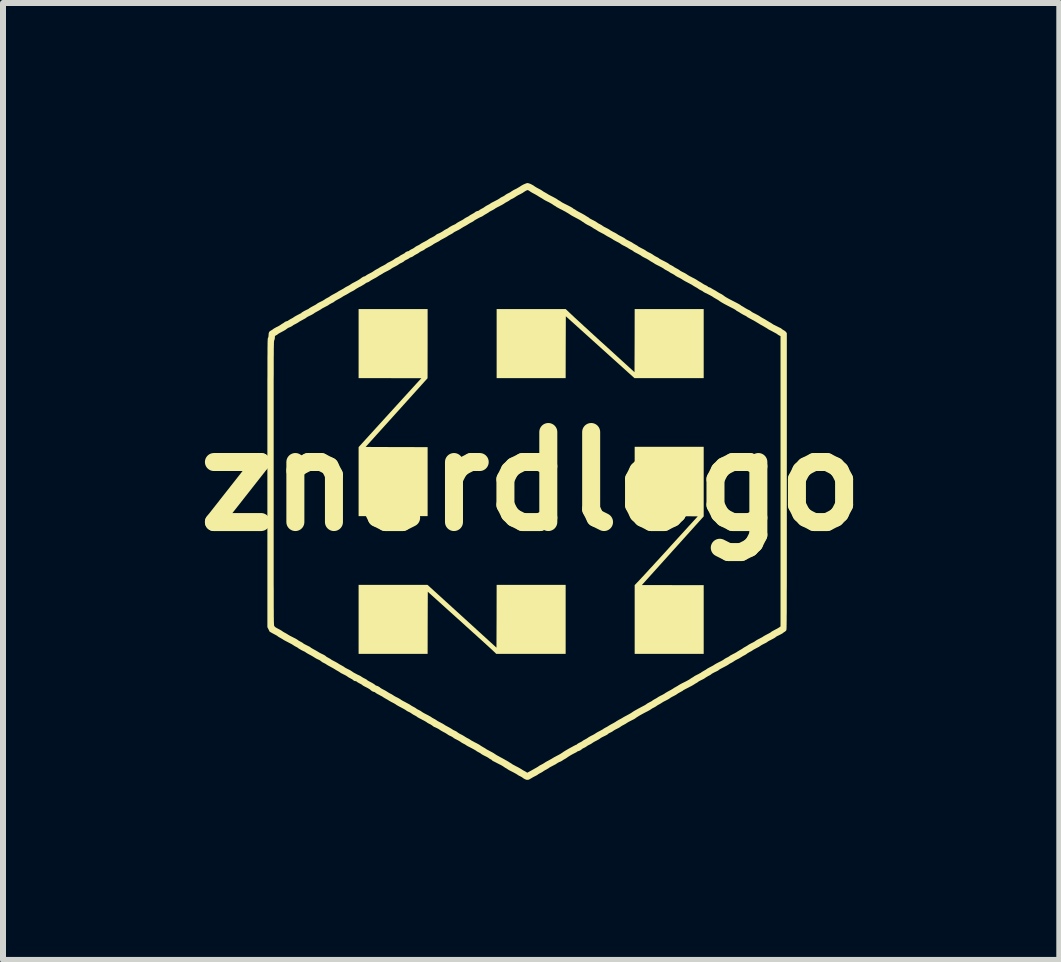
<source format=kicad_pcb>
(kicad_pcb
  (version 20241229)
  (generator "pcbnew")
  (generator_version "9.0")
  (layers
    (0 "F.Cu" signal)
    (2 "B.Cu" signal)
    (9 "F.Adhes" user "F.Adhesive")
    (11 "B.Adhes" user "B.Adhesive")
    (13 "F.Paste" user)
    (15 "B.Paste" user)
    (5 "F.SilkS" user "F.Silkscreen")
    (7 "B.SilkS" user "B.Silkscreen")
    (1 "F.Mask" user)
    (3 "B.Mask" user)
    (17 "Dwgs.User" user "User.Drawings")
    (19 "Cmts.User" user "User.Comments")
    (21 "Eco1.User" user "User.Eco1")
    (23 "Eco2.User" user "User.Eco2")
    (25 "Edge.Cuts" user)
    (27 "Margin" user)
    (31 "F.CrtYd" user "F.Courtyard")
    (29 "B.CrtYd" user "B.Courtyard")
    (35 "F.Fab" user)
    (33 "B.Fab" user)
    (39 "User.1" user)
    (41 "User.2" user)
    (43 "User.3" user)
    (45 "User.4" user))
  (footprint "znerdlogo"
    (layer "F.Cu")
    (at 5.8 4.97)
    (property "Reference" "znerdlogo" (at 0 0 0) (layer "F.SilkS") (effects (font (size 1.5 1.5) (thickness 0.3))))
    (attr board_only exclude_from_pos_files exclude_from_bom)
    (fp_poly (pts (xy -1.725 -2.294) (xy -1.726 -1.718) (xy -2.242 -1.145) (xy -2.758 -0.573) (xy -2.242 -0.571) (xy -1.725 -0.57) (xy -1.725 0.005) (xy -1.725 0.58) (xy -2.3 0.58) (xy -2.875 0.58) (xy -2.875 0.005) (xy -2.875 -0.57) (xy -2.353 -1.144) (xy -1.83 -1.718) (xy -2.353 -1.719) (xy -2.875 -1.72) (xy -2.875 -2.295) (xy -2.875 -2.87) (xy -2.3 -2.87) (xy -1.725 -2.87)) (stroke (width 0) (type solid)) (fill yes) (layer "F.SilkS"))
    (fp_poly (pts (xy -1.152 2.248) (xy -0.578 2.771) (xy -0.576 2.248) (xy -0.575 1.725) (xy 0.000023 1.725) (xy 0.575 1.725) (xy 0.575 2.3) (xy 0.575 2.875) (xy -0.003 2.875) (xy -0.581 2.875) (xy -0.654 2.805) (xy -0.667 2.794) (xy -0.687 2.775) (xy -0.713 2.751) (xy -0.745 2.722) (xy -0.782 2.688) (xy -0.824 2.65) (xy -0.871 2.608) (xy -0.921 2.562) (xy -0.975 2.514) (xy -1.031 2.463) (xy -1.09 2.41) (xy -1.15 2.355) (xy -1.211 2.3) (xy -1.225 2.288) (xy -1.722 1.84) (xy -1.724 2.357) (xy -1.725 2.875) (xy -2.3 2.875) (xy -2.875 2.875) (xy -2.875 2.3) (xy -2.875 1.725) (xy -2.301 1.725) (xy -1.727 1.725)) (stroke (width 0) (type solid)) (fill yes) (layer "F.SilkS"))
    (fp_poly (pts (xy 0.662 -2.788) (xy 0.676 -2.775) (xy 0.698 -2.755) (xy 0.725 -2.729) (xy 0.759 -2.698) (xy 0.797 -2.663) (xy 0.841 -2.623) (xy 0.888 -2.579) (xy 0.939 -2.533) (xy 0.993 -2.483) (xy 1.05 -2.431) (xy 1.109 -2.377) (xy 1.169 -2.322) (xy 1.231 -2.267) (xy 1.235 -2.263) (xy 1.722 -1.819) (xy 1.724 -2.345) (xy 1.725 -2.87) (xy 2.3 -2.87) (xy 2.875 -2.87) (xy 2.875 -2.295) (xy 2.875 -1.72) (xy 2.298 -1.72) (xy 1.721 -1.72) (xy 1.149 -2.235) (xy 0.578 -2.75) (xy 0.576 -2.235) (xy 0.575 -1.72) (xy -0.000024 -1.72) (xy -0.575 -1.72) (xy -0.575 -2.295) (xy -0.575 -2.87) (xy 0.001 -2.87) (xy 0.576 -2.87)) (stroke (width 0) (type solid)) (fill yes) (layer "F.SilkS"))
    (fp_poly (pts (xy 2.875 0.005) (xy 2.875 0.584) (xy 2.36 1.156) (xy 1.845 1.728) (xy 2.36 1.729) (xy 2.875 1.73) (xy 2.875 2.303) (xy 2.875 2.875) (xy 2.3 2.875) (xy 1.725 2.875) (xy 1.725 2.302) (xy 1.725 1.729) (xy 1.807 1.643) (xy 1.82 1.629) (xy 1.84 1.607) (xy 1.866 1.58) (xy 1.897 1.546) (xy 1.932 1.508) (xy 1.972 1.464) (xy 2.016 1.417) (xy 2.062 1.366) (xy 2.112 1.312) (xy 2.164 1.255) (xy 2.218 1.196) (xy 2.273 1.136) (xy 2.328 1.074) (xy 2.332 1.07) (xy 2.776 0.583) (xy 2.25 0.581) (xy 1.725 0.58) (xy 1.725 0.002) (xy 1.725 -0.575) (xy 2.3 -0.575) (xy 2.875 -0.575)) (stroke (width 0) (type solid)) (fill yes) (layer "F.SilkS"))
    (fp_poly (pts (xy -0.045 -4.967) (xy -0.025 -4.961) (xy -0.002 -4.951) (xy 0.021 -4.939) (xy 0.041 -4.928) (xy 0.055 -4.917) (xy 0.064 -4.911) (xy 0.08 -4.901) (xy 0.101 -4.889) (xy 0.122 -4.878) (xy 0.145 -4.866) (xy 0.164 -4.855) (xy 0.179 -4.846) (xy 0.188 -4.84) (xy 0.196 -4.834) (xy 0.211 -4.824) (xy 0.23 -4.814) (xy 0.236 -4.81) (xy 0.254 -4.8) (xy 0.268 -4.792) (xy 0.276 -4.786) (xy 0.277 -4.785) (xy 0.283 -4.782) (xy 0.295 -4.775) (xy 0.312 -4.766) (xy 0.329 -4.757) (xy 0.357 -4.743) (xy 0.383 -4.729) (xy 0.407 -4.716) (xy 0.426 -4.705) (xy 0.439 -4.696) (xy 0.445 -4.691) (xy 0.445 -4.69) (xy 0.449 -4.687) (xy 0.46 -4.682) (xy 0.462 -4.681) (xy 0.477 -4.673) (xy 0.491 -4.664) (xy 0.5 -4.657) (xy 0.516 -4.647) (xy 0.536 -4.636) (xy 0.555 -4.626) (xy 0.596 -4.606) (xy 0.629 -4.589) (xy 0.654 -4.576) (xy 0.673 -4.565) (xy 0.686 -4.558) (xy 0.693 -4.553) (xy 0.697 -4.549) (xy 0.705 -4.542) (xy 0.718 -4.536) (xy 0.719 -4.535) (xy 0.734 -4.527) (xy 0.746 -4.518) (xy 0.755 -4.512) (xy 0.771 -4.503) (xy 0.791 -4.491) (xy 0.815 -4.479) (xy 0.82 -4.476) (xy 0.845 -4.463) (xy 0.868 -4.45) (xy 0.888 -4.439) (xy 0.901 -4.431) (xy 0.902 -4.43) (xy 0.92 -4.418) (xy 0.939 -4.407) (xy 0.946 -4.403) (xy 0.959 -4.395) (xy 0.968 -4.388) (xy 0.97 -4.386) (xy 0.974 -4.382) (xy 0.986 -4.375) (xy 1.003 -4.366) (xy 1.024 -4.355) (xy 1.028 -4.353) (xy 1.05 -4.342) (xy 1.071 -4.331) (xy 1.086 -4.321) (xy 1.095 -4.315) (xy 1.095 -4.315) (xy 1.105 -4.308) (xy 1.12 -4.298) (xy 1.139 -4.288) (xy 1.145 -4.285) (xy 1.163 -4.275) (xy 1.178 -4.266) (xy 1.187 -4.26) (xy 1.189 -4.259) (xy 1.194 -4.254) (xy 1.207 -4.246) (xy 1.225 -4.236) (xy 1.247 -4.225) (xy 1.247 -4.225) (xy 1.269 -4.214) (xy 1.289 -4.203) (xy 1.303 -4.195) (xy 1.311 -4.189) (xy 1.319 -4.183) (xy 1.333 -4.175) (xy 1.353 -4.164) (xy 1.375 -4.152) (xy 1.375 -4.152) (xy 1.398 -4.141) (xy 1.417 -4.13) (xy 1.432 -4.121) (xy 1.439 -4.116) (xy 1.439 -4.116) (xy 1.447 -4.11) (xy 1.461 -4.102) (xy 1.481 -4.091) (xy 1.503 -4.08) (xy 1.507 -4.078) (xy 1.529 -4.066) (xy 1.548 -4.056) (xy 1.562 -4.047) (xy 1.568 -4.042) (xy 1.569 -4.041) (xy 1.574 -4.036) (xy 1.587 -4.029) (xy 1.605 -4.019) (xy 1.624 -4.009) (xy 1.646 -3.998) (xy 1.666 -3.988) (xy 1.68 -3.98) (xy 1.688 -3.975) (xy 1.697 -3.968) (xy 1.712 -3.959) (xy 1.73 -3.949) (xy 1.732 -3.947) (xy 1.751 -3.937) (xy 1.768 -3.927) (xy 1.779 -3.919) (xy 1.78 -3.918) (xy 1.789 -3.911) (xy 1.806 -3.902) (xy 1.826 -3.891) (xy 1.847 -3.88) (xy 1.869 -3.869) (xy 1.889 -3.858) (xy 1.904 -3.849) (xy 1.912 -3.843) (xy 1.92 -3.837) (xy 1.935 -3.828) (xy 1.955 -3.817) (xy 1.972 -3.809) (xy 1.994 -3.798) (xy 2.013 -3.787) (xy 2.028 -3.777) (xy 2.035 -3.772) (xy 2.045 -3.765) (xy 2.061 -3.755) (xy 2.081 -3.744) (xy 2.089 -3.74) (xy 2.107 -3.731) (xy 2.121 -3.723) (xy 2.129 -3.717) (xy 2.13 -3.715) (xy 2.134 -3.712) (xy 2.146 -3.705) (xy 2.164 -3.695) (xy 2.187 -3.683) (xy 2.207 -3.673) (xy 2.233 -3.66) (xy 2.256 -3.648) (xy 2.275 -3.637) (xy 2.287 -3.63) (xy 2.291 -3.626) (xy 2.299 -3.62) (xy 2.312 -3.611) (xy 2.33 -3.602) (xy 2.333 -3.601) (xy 2.351 -3.591) (xy 2.367 -3.582) (xy 2.377 -3.575) (xy 2.377 -3.575) (xy 2.386 -3.568) (xy 2.402 -3.559) (xy 2.42 -3.549) (xy 2.428 -3.545) (xy 2.446 -3.535) (xy 2.462 -3.525) (xy 2.473 -3.518) (xy 2.475 -3.516) (xy 2.482 -3.51) (xy 2.497 -3.502) (xy 2.516 -3.491) (xy 2.537 -3.481) (xy 2.559 -3.47) (xy 2.578 -3.459) (xy 2.593 -3.45) (xy 2.601 -3.444) (xy 2.608 -3.439) (xy 2.623 -3.43) (xy 2.644 -3.418) (xy 2.668 -3.406) (xy 2.68 -3.399) (xy 2.706 -3.386) (xy 2.729 -3.374) (xy 2.748 -3.363) (xy 2.761 -3.355) (xy 2.764 -3.353) (xy 2.775 -3.345) (xy 2.792 -3.335) (xy 2.81 -3.324) (xy 2.812 -3.323) (xy 2.831 -3.313) (xy 2.846 -3.303) (xy 2.857 -3.296) (xy 2.857 -3.295) (xy 2.867 -3.289) (xy 2.882 -3.28) (xy 2.901 -3.27) (xy 2.907 -3.268) (xy 2.925 -3.259) (xy 2.939 -3.25) (xy 2.947 -3.244) (xy 2.948 -3.242) (xy 2.955 -3.236) (xy 2.962 -3.235) (xy 2.972 -3.232) (xy 2.987 -3.226) (xy 2.998 -3.219) (xy 3.016 -3.208) (xy 3.037 -3.196) (xy 3.055 -3.186) (xy 3.074 -3.176) (xy 3.091 -3.165) (xy 3.103 -3.157) (xy 3.116 -3.149) (xy 3.133 -3.139) (xy 3.153 -3.128) (xy 3.154 -3.128) (xy 3.173 -3.118) (xy 3.189 -3.108) (xy 3.2 -3.101) (xy 3.201 -3.1) (xy 3.216 -3.088) (xy 3.235 -3.075) (xy 3.26 -3.06) (xy 3.29 -3.043) (xy 3.328 -3.023) (xy 3.373 -3) (xy 3.375 -2.999) (xy 3.406 -2.983) (xy 3.433 -2.969) (xy 3.457 -2.956) (xy 3.476 -2.945) (xy 3.487 -2.938) (xy 3.491 -2.935) (xy 3.499 -2.927) (xy 3.504 -2.925) (xy 3.51 -2.922) (xy 3.522 -2.915) (xy 3.539 -2.905) (xy 3.548 -2.899) (xy 3.571 -2.885) (xy 3.595 -2.871) (xy 3.616 -2.86) (xy 3.621 -2.858) (xy 3.64 -2.849) (xy 3.656 -2.839) (xy 3.666 -2.831) (xy 3.675 -2.824) (xy 3.691 -2.814) (xy 3.711 -2.803) (xy 3.729 -2.795) (xy 3.753 -2.782) (xy 3.778 -2.769) (xy 3.799 -2.757) (xy 3.809 -2.75) (xy 3.829 -2.737) (xy 3.852 -2.723) (xy 3.867 -2.715) (xy 3.887 -2.704) (xy 3.906 -2.693) (xy 3.917 -2.686) (xy 3.933 -2.676) (xy 3.953 -2.664) (xy 3.973 -2.652) (xy 3.973 -2.652) (xy 3.991 -2.642) (xy 4.007 -2.632) (xy 4.017 -2.625) (xy 4.018 -2.625) (xy 4.027 -2.618) (xy 4.042 -2.609) (xy 4.06 -2.601) (xy 4.079 -2.591) (xy 4.098 -2.582) (xy 4.11 -2.576) (xy 4.126 -2.567) (xy 4.143 -2.56) (xy 4.144 -2.56) (xy 4.159 -2.552) (xy 4.174 -2.541) (xy 4.175 -2.541) (xy 4.188 -2.53) (xy 4.205 -2.519) (xy 4.213 -2.515) (xy 4.23 -2.504) (xy 4.244 -2.491) (xy 4.249 -2.485) (xy 4.26 -2.469) (xy 4.26 -0.001) (xy 4.26 0.187) (xy 4.26 0.365) (xy 4.26 0.533) (xy 4.26 0.692) (xy 4.26 0.842) (xy 4.26 0.983) (xy 4.26 1.116) (xy 4.26 1.241) (xy 4.26 1.358) (xy 4.26 1.467) (xy 4.26 1.569) (xy 4.26 1.664) (xy 4.26 1.752) (xy 4.259 1.833) (xy 4.259 1.908) (xy 4.259 1.977) (xy 4.259 2.04) (xy 4.259 2.097) (xy 4.259 2.15) (xy 4.259 2.197) (xy 4.258 2.239) (xy 4.258 2.277) (xy 4.258 2.311) (xy 4.257 2.34) (xy 4.257 2.366) (xy 4.257 2.389) (xy 4.256 2.408) (xy 4.256 2.424) (xy 4.256 2.438) (xy 4.255 2.449) (xy 4.255 2.458) (xy 4.254 2.465) (xy 4.254 2.471) (xy 4.253 2.475) (xy 4.252 2.478) (xy 4.252 2.48) (xy 4.251 2.482) (xy 4.25 2.483) (xy 4.25 2.484) (xy 4.239 2.496) (xy 4.224 2.508) (xy 4.221 2.509) (xy 4.207 2.518) (xy 4.197 2.526) (xy 4.195 2.528) (xy 4.188 2.533) (xy 4.173 2.542) (xy 4.154 2.552) (xy 4.132 2.563) (xy 4.132 2.563) (xy 4.11 2.574) (xy 4.092 2.583) (xy 4.079 2.591) (xy 4.074 2.596) (xy 4.074 2.596) (xy 4.068 2.601) (xy 4.056 2.609) (xy 4.038 2.619) (xy 4.016 2.631) (xy 4.008 2.635) (xy 3.985 2.647) (xy 3.965 2.657) (xy 3.949 2.666) (xy 3.94 2.672) (xy 3.939 2.673) (xy 3.933 2.678) (xy 3.919 2.687) (xy 3.9 2.697) (xy 3.88 2.707) (xy 3.858 2.718) (xy 3.838 2.729) (xy 3.824 2.738) (xy 3.817 2.743) (xy 3.808 2.749) (xy 3.793 2.759) (xy 3.773 2.769) (xy 3.752 2.78) (xy 3.73 2.792) (xy 3.711 2.802) (xy 3.696 2.811) (xy 3.689 2.816) (xy 3.681 2.822) (xy 3.666 2.831) (xy 3.648 2.84) (xy 3.644 2.842) (xy 3.625 2.853) (xy 3.608 2.863) (xy 3.596 2.871) (xy 3.595 2.872) (xy 3.584 2.881) (xy 3.567 2.891) (xy 3.553 2.899) (xy 3.531 2.91) (xy 3.509 2.924) (xy 3.496 2.932) (xy 3.478 2.943) (xy 3.455 2.956) (xy 3.432 2.967) (xy 3.431 2.968) (xy 3.411 2.978) (xy 3.394 2.988) (xy 3.382 2.996) (xy 3.38 2.997) (xy 3.369 3.005) (xy 3.353 3.015) (xy 3.334 3.025) (xy 3.333 3.026) (xy 3.315 3.035) (xy 3.301 3.043) (xy 3.292 3.05) (xy 3.292 3.05) (xy 3.285 3.055) (xy 3.272 3.063) (xy 3.252 3.074) (xy 3.228 3.087) (xy 3.208 3.097) (xy 3.183 3.11) (xy 3.16 3.122) (xy 3.143 3.132) (xy 3.132 3.139) (xy 3.128 3.142) (xy 3.123 3.147) (xy 3.11 3.155) (xy 3.093 3.164) (xy 3.087 3.167) (xy 3.055 3.182) (xy 3.031 3.195) (xy 3.014 3.204) (xy 3.003 3.212) (xy 3 3.215) (xy 2.991 3.222) (xy 2.976 3.231) (xy 2.958 3.24) (xy 2.954 3.242) (xy 2.935 3.253) (xy 2.918 3.263) (xy 2.906 3.271) (xy 2.905 3.272) (xy 2.895 3.279) (xy 2.879 3.289) (xy 2.859 3.3) (xy 2.84 3.309) (xy 2.818 3.32) (xy 2.799 3.33) (xy 2.785 3.339) (xy 2.778 3.344) (xy 2.767 3.353) (xy 2.753 3.361) (xy 2.74 3.368) (xy 2.724 3.378) (xy 2.717 3.383) (xy 2.705 3.39) (xy 2.687 3.401) (xy 2.663 3.414) (xy 2.636 3.428) (xy 2.613 3.44) (xy 2.587 3.453) (xy 2.564 3.465) (xy 2.546 3.475) (xy 2.534 3.482) (xy 2.53 3.485) (xy 2.526 3.489) (xy 2.515 3.496) (xy 2.498 3.505) (xy 2.489 3.51) (xy 2.469 3.521) (xy 2.451 3.531) (xy 2.438 3.54) (xy 2.435 3.542) (xy 2.425 3.549) (xy 2.409 3.559) (xy 2.389 3.57) (xy 2.372 3.579) (xy 2.35 3.59) (xy 2.331 3.601) (xy 2.317 3.61) (xy 2.31 3.615) (xy 2.302 3.621) (xy 2.287 3.63) (xy 2.267 3.641) (xy 2.244 3.652) (xy 2.244 3.653) (xy 2.221 3.664) (xy 2.201 3.675) (xy 2.186 3.684) (xy 2.178 3.689) (xy 2.178 3.689) (xy 2.168 3.696) (xy 2.153 3.705) (xy 2.135 3.715) (xy 2.135 3.715) (xy 2.117 3.725) (xy 2.1 3.735) (xy 2.09 3.742) (xy 2.079 3.75) (xy 2.063 3.76) (xy 2.044 3.77) (xy 2.043 3.771) (xy 2.024 3.78) (xy 2.008 3.79) (xy 1.998 3.797) (xy 1.997 3.798) (xy 1.989 3.803) (xy 1.973 3.813) (xy 1.953 3.824) (xy 1.929 3.837) (xy 1.914 3.844) (xy 1.878 3.863) (xy 1.843 3.882) (xy 1.811 3.9) (xy 1.783 3.917) (xy 1.761 3.931) (xy 1.746 3.941) (xy 1.743 3.944) (xy 1.734 3.95) (xy 1.719 3.96) (xy 1.699 3.97) (xy 1.687 3.976) (xy 1.654 3.993) (xy 1.625 4.008) (xy 1.603 4.021) (xy 1.588 4.03) (xy 1.585 4.033) (xy 1.577 4.038) (xy 1.563 4.046) (xy 1.545 4.056) (xy 1.538 4.06) (xy 1.518 4.07) (xy 1.502 4.08) (xy 1.49 4.088) (xy 1.488 4.09) (xy 1.478 4.097) (xy 1.463 4.106) (xy 1.448 4.114) (xy 1.418 4.129) (xy 1.397 4.14) (xy 1.382 4.149) (xy 1.371 4.156) (xy 1.364 4.161) (xy 1.364 4.161) (xy 1.355 4.168) (xy 1.34 4.176) (xy 1.321 4.186) (xy 1.318 4.187) (xy 1.301 4.196) (xy 1.287 4.204) (xy 1.279 4.21) (xy 1.279 4.211) (xy 1.273 4.217) (xy 1.26 4.225) (xy 1.243 4.234) (xy 1.237 4.237) (xy 1.206 4.252) (xy 1.183 4.263) (xy 1.166 4.273) (xy 1.153 4.281) (xy 1.145 4.288) (xy 1.135 4.294) (xy 1.119 4.304) (xy 1.099 4.315) (xy 1.082 4.324) (xy 1.06 4.335) (xy 1.041 4.346) (xy 1.027 4.355) (xy 1.02 4.36) (xy 1.01 4.367) (xy 0.994 4.377) (xy 0.976 4.386) (xy 0.957 4.395) (xy 0.941 4.404) (xy 0.93 4.412) (xy 0.919 4.42) (xy 0.903 4.43) (xy 0.884 4.44) (xy 0.882 4.441) (xy 0.865 4.449) (xy 0.852 4.457) (xy 0.844 4.463) (xy 0.844 4.464) (xy 0.835 4.471) (xy 0.822 4.48) (xy 0.806 4.488) (xy 0.792 4.494) (xy 0.786 4.495) (xy 0.775 4.498) (xy 0.77 4.502) (xy 0.763 4.507) (xy 0.75 4.516) (xy 0.731 4.525) (xy 0.718 4.532) (xy 0.687 4.548) (xy 0.654 4.567) (xy 0.623 4.586) (xy 0.597 4.604) (xy 0.59 4.609) (xy 0.576 4.618) (xy 0.562 4.626) (xy 0.55 4.633) (xy 0.533 4.643) (xy 0.52 4.652) (xy 0.504 4.662) (xy 0.489 4.67) (xy 0.48 4.673) (xy 0.464 4.68) (xy 0.443 4.691) (xy 0.421 4.706) (xy 0.417 4.708) (xy 0.407 4.715) (xy 0.389 4.724) (xy 0.369 4.735) (xy 0.355 4.742) (xy 0.334 4.753) (xy 0.316 4.763) (xy 0.302 4.771) (xy 0.297 4.775) (xy 0.289 4.781) (xy 0.273 4.79) (xy 0.255 4.801) (xy 0.247 4.805) (xy 0.228 4.815) (xy 0.212 4.825) (xy 0.2 4.833) (xy 0.198 4.835) (xy 0.188 4.841) (xy 0.173 4.85) (xy 0.155 4.86) (xy 0.155 4.86) (xy 0.137 4.869) (xy 0.122 4.878) (xy 0.113 4.885) (xy 0.113 4.885) (xy 0.103 4.892) (xy 0.088 4.901) (xy 0.072 4.909) (xy 0.037 4.927) (xy 0.005 4.946) (xy -0.023 4.962) (xy -0.025 4.964) (xy -0.048 4.973) (xy -0.072 4.974) (xy -0.1 4.965) (xy -0.11 4.96) (xy -0.126 4.95) (xy -0.14 4.941) (xy -0.147 4.935) (xy -0.157 4.928) (xy -0.173 4.919) (xy -0.188 4.912) (xy -0.205 4.903) (xy -0.221 4.894) (xy -0.23 4.887) (xy -0.239 4.881) (xy -0.255 4.872) (xy -0.276 4.86) (xy -0.3 4.847) (xy -0.314 4.84) (xy -0.339 4.827) (xy -0.361 4.816) (xy -0.379 4.806) (xy -0.391 4.798) (xy -0.394 4.796) (xy -0.405 4.788) (xy -0.419 4.78) (xy -0.434 4.772) (xy -0.448 4.762) (xy -0.458 4.755) (xy -0.474 4.745) (xy -0.494 4.733) (xy -0.514 4.722) (xy -0.537 4.711) (xy -0.558 4.7) (xy -0.575 4.691) (xy -0.585 4.686) (xy -0.6 4.678) (xy -0.619 4.669) (xy -0.627 4.665) (xy -0.641 4.657) (xy -0.652 4.649) (xy -0.655 4.645) (xy -0.663 4.637) (xy -0.672 4.633) (xy -0.684 4.628) (xy -0.698 4.618) (xy -0.701 4.616) (xy -0.713 4.607) (xy -0.73 4.597) (xy -0.752 4.585) (xy -0.767 4.578) (xy -0.789 4.567) (xy -0.809 4.556) (xy -0.824 4.547) (xy -0.83 4.543) (xy -0.841 4.534) (xy -0.857 4.524) (xy -0.875 4.515) (xy -0.893 4.505) (xy -0.91 4.495) (xy -0.92 4.487) (xy -0.929 4.481) (xy -0.945 4.472) (xy -0.966 4.46) (xy -0.99 4.447) (xy -1.004 4.44) (xy -1.029 4.427) (xy -1.051 4.416) (xy -1.069 4.406) (xy -1.081 4.398) (xy -1.084 4.396) (xy -1.093 4.39) (xy -1.108 4.381) (xy -1.125 4.372) (xy -1.128 4.371) (xy -1.146 4.361) (xy -1.163 4.351) (xy -1.174 4.343) (xy -1.175 4.342) (xy -1.185 4.335) (xy -1.201 4.326) (xy -1.221 4.314) (xy -1.239 4.305) (xy -1.261 4.294) (xy -1.281 4.283) (xy -1.295 4.273) (xy -1.302 4.268) (xy -1.313 4.26) (xy -1.329 4.251) (xy -1.347 4.242) (xy -1.366 4.234) (xy -1.383 4.224) (xy -1.394 4.216) (xy -1.404 4.209) (xy -1.42 4.199) (xy -1.44 4.187) (xy -1.457 4.179) (xy -1.479 4.167) (xy -1.498 4.156) (xy -1.513 4.147) (xy -1.52 4.142) (xy -1.533 4.133) (xy -1.553 4.121) (xy -1.577 4.109) (xy -1.603 4.097) (xy -1.613 4.093) (xy -1.63 4.084) (xy -1.645 4.072) (xy -1.647 4.07) (xy -1.66 4.061) (xy -1.678 4.05) (xy -1.696 4.041) (xy -1.714 4.032) (xy -1.73 4.022) (xy -1.74 4.015) (xy -1.74 4.015) (xy -1.748 4.009) (xy -1.764 4) (xy -1.784 3.988) (xy -1.808 3.976) (xy -1.821 3.969) (xy -1.846 3.956) (xy -1.869 3.944) (xy -1.887 3.934) (xy -1.899 3.926) (xy -1.902 3.923) (xy -1.913 3.915) (xy -1.929 3.906) (xy -1.94 3.9) (xy -1.96 3.89) (xy -1.98 3.877) (xy -1.989 3.871) (xy -2.006 3.859) (xy -2.027 3.847) (xy -2.043 3.84) (xy -2.061 3.831) (xy -2.076 3.822) (xy -2.084 3.816) (xy -2.092 3.81) (xy -2.107 3.801) (xy -2.128 3.789) (xy -2.152 3.776) (xy -2.169 3.767) (xy -2.194 3.754) (xy -2.216 3.742) (xy -2.235 3.731) (xy -2.247 3.724) (xy -2.25 3.721) (xy -2.258 3.715) (xy -2.272 3.707) (xy -2.291 3.696) (xy -2.312 3.685) (xy -2.334 3.674) (xy -2.353 3.663) (xy -2.368 3.655) (xy -2.375 3.65) (xy -2.383 3.644) (xy -2.398 3.636) (xy -2.416 3.626) (xy -2.42 3.623) (xy -2.439 3.613) (xy -2.455 3.603) (xy -2.466 3.596) (xy -2.467 3.595) (xy -2.476 3.589) (xy -2.491 3.58) (xy -2.511 3.57) (xy -2.533 3.558) (xy -2.534 3.557) (xy -2.556 3.546) (xy -2.575 3.535) (xy -2.589 3.526) (xy -2.596 3.52) (xy -2.597 3.519) (xy -2.606 3.512) (xy -2.614 3.51) (xy -2.63 3.506) (xy -2.65 3.497) (xy -2.668 3.484) (xy -2.678 3.475) (xy -2.688 3.466) (xy -2.706 3.455) (xy -2.728 3.442) (xy -2.748 3.432) (xy -2.77 3.421) (xy -2.789 3.411) (xy -2.804 3.402) (xy -2.811 3.397) (xy -2.811 3.397) (xy -2.818 3.39) (xy -2.832 3.381) (xy -2.85 3.372) (xy -2.855 3.369) (xy -2.874 3.359) (xy -2.89 3.35) (xy -2.901 3.342) (xy -2.902 3.34) (xy -2.913 3.333) (xy -2.924 3.33) (xy -2.94 3.327) (xy -2.957 3.319) (xy -2.969 3.309) (xy -2.976 3.303) (xy -2.989 3.295) (xy -3.007 3.285) (xy -3.013 3.282) (xy -3.032 3.272) (xy -3.049 3.262) (xy -3.06 3.254) (xy -3.062 3.252) (xy -3.071 3.246) (xy -3.086 3.237) (xy -3.106 3.226) (xy -3.127 3.216) (xy -3.148 3.205) (xy -3.168 3.195) (xy -3.182 3.186) (xy -3.189 3.181) (xy -3.199 3.174) (xy -3.214 3.165) (xy -3.221 3.161) (xy -3.239 3.151) (xy -3.259 3.139) (xy -3.27 3.132) (xy -3.286 3.122) (xy -3.307 3.11) (xy -3.331 3.097) (xy -3.349 3.087) (xy -3.371 3.075) (xy -3.391 3.064) (xy -3.405 3.055) (xy -3.413 3.05) (xy -3.422 3.043) (xy -3.438 3.035) (xy -3.455 3.026) (xy -3.473 3.017) (xy -3.489 3.007) (xy -3.498 2.999) (xy -3.508 2.991) (xy -3.523 2.981) (xy -3.535 2.975) (xy -3.57 2.959) (xy -3.602 2.941) (xy -3.623 2.927) (xy -3.633 2.921) (xy -3.65 2.911) (xy -3.671 2.899) (xy -3.692 2.888) (xy -3.714 2.876) (xy -3.733 2.865) (xy -3.748 2.856) (xy -3.755 2.851) (xy -3.755 2.851) (xy -3.764 2.844) (xy -3.778 2.836) (xy -3.79 2.831) (xy -3.807 2.823) (xy -3.826 2.813) (xy -3.845 2.802) (xy -3.863 2.792) (xy -3.877 2.783) (xy -3.885 2.777) (xy -3.886 2.776) (xy -3.891 2.772) (xy -3.902 2.765) (xy -3.918 2.757) (xy -3.922 2.755) (xy -3.94 2.745) (xy -3.956 2.735) (xy -3.966 2.728) (xy -3.967 2.728) (xy -3.975 2.722) (xy -3.99 2.713) (xy -4.011 2.702) (xy -4.036 2.689) (xy -4.053 2.68) (xy -4.078 2.667) (xy -4.101 2.655) (xy -4.119 2.645) (xy -4.131 2.638) (xy -4.135 2.635) (xy -4.144 2.629) (xy -4.158 2.621) (xy -4.175 2.611) (xy -4.177 2.61) (xy -4.195 2.6) (xy -4.212 2.59) (xy -4.223 2.582) (xy -4.223 2.581) (xy -4.232 2.574) (xy -4.238 2.57) (xy -4.238 2.57) (xy -4.243 2.568) (xy -4.255 2.561) (xy -4.272 2.552) (xy -4.294 2.54) (xy -4.299 2.538) (xy -4.357 2.505) (xy -4.376 2.467) (xy -4.395 2.429) (xy -4.395 0.028) (xy -4.395 -0.156) (xy -4.395 -0.237) (xy -4.29 -0.237) (xy -4.29 -0.058) (xy -4.29 0.03) (xy -4.29 0.213) (xy -4.29 0.387) (xy -4.29 0.551) (xy -4.29 0.706) (xy -4.29 0.852) (xy -4.29 0.989) (xy -4.29 1.118) (xy -4.29 1.239) (xy -4.29 1.351) (xy -4.29 1.457) (xy -4.29 1.555) (xy -4.29 1.646) (xy -4.29 1.73) (xy -4.289 1.807) (xy -4.289 1.879) (xy -4.289 1.944) (xy -4.289 2.004) (xy -4.289 2.058) (xy -4.289 2.107) (xy -4.288 2.151) (xy -4.288 2.191) (xy -4.288 2.226) (xy -4.288 2.257) (xy -4.287 2.284) (xy -4.287 2.308) (xy -4.287 2.328) (xy -4.286 2.345) (xy -4.286 2.36) (xy -4.285 2.372) (xy -4.285 2.381) (xy -4.284 2.389) (xy -4.284 2.395) (xy -4.283 2.4) (xy -4.282 2.403) (xy -4.282 2.406) (xy -4.281 2.408) (xy -4.28 2.409) (xy -4.275 2.417) (xy -4.268 2.425) (xy -4.256 2.434) (xy -4.239 2.444) (xy -4.215 2.457) (xy -4.211 2.459) (xy -4.188 2.471) (xy -4.169 2.482) (xy -4.154 2.491) (xy -4.145 2.497) (xy -4.145 2.498) (xy -4.137 2.504) (xy -4.123 2.512) (xy -4.106 2.522) (xy -4.099 2.525) (xy -4.082 2.535) (xy -4.067 2.543) (xy -4.059 2.549) (xy -4.057 2.55) (xy -4.052 2.554) (xy -4.039 2.561) (xy -4.021 2.572) (xy -3.997 2.584) (xy -3.976 2.595) (xy -3.95 2.608) (xy -3.926 2.62) (xy -3.907 2.631) (xy -3.895 2.639) (xy -3.89 2.642) (xy -3.882 2.649) (xy -3.868 2.657) (xy -3.851 2.667) (xy -3.845 2.67) (xy -3.827 2.68) (xy -3.811 2.689) (xy -3.801 2.696) (xy -3.8 2.698) (xy -3.793 2.703) (xy -3.778 2.712) (xy -3.759 2.722) (xy -3.737 2.733) (xy -3.737 2.733) (xy -3.715 2.744) (xy -3.696 2.753) (xy -3.683 2.761) (xy -3.677 2.766) (xy -3.677 2.766) (xy -3.671 2.771) (xy -3.658 2.779) (xy -3.64 2.79) (xy -3.619 2.801) (xy -3.618 2.802) (xy -3.596 2.814) (xy -3.575 2.826) (xy -3.558 2.836) (xy -3.548 2.842) (xy -3.537 2.849) (xy -3.52 2.859) (xy -3.498 2.87) (xy -3.479 2.879) (xy -3.457 2.89) (xy -3.439 2.9) (xy -3.427 2.908) (xy -3.422 2.913) (xy -3.416 2.918) (xy -3.404 2.927) (xy -3.387 2.936) (xy -3.38 2.94) (xy -3.362 2.95) (xy -3.347 2.958) (xy -3.339 2.963) (xy -3.338 2.965) (xy -3.332 2.969) (xy -3.32 2.977) (xy -3.302 2.986) (xy -3.286 2.995) (xy -3.262 3.007) (xy -3.239 3.02) (xy -3.219 3.032) (xy -3.21 3.038) (xy -3.19 3.05) (xy -3.167 3.063) (xy -3.15 3.072) (xy -3.133 3.082) (xy -3.119 3.09) (xy -3.111 3.097) (xy -3.11 3.097) (xy -3.104 3.102) (xy -3.09 3.11) (xy -3.071 3.12) (xy -3.051 3.13) (xy -3.028 3.141) (xy -3.008 3.152) (xy -2.993 3.162) (xy -2.985 3.167) (xy -2.974 3.175) (xy -2.958 3.186) (xy -2.939 3.196) (xy -2.938 3.197) (xy -2.92 3.206) (xy -2.905 3.214) (xy -2.896 3.219) (xy -2.895 3.219) (xy -2.886 3.224) (xy -2.872 3.23) (xy -2.861 3.235) (xy -2.846 3.243) (xy -2.833 3.25) (xy -2.829 3.254) (xy -2.822 3.259) (xy -2.809 3.267) (xy -2.791 3.277) (xy -2.779 3.283) (xy -2.76 3.293) (xy -2.744 3.302) (xy -2.734 3.309) (xy -2.732 3.312) (xy -2.726 3.317) (xy -2.713 3.325) (xy -2.695 3.335) (xy -2.673 3.346) (xy -2.672 3.346) (xy -2.65 3.359) (xy -2.629 3.371) (xy -2.612 3.382) (xy -2.603 3.39) (xy -2.592 3.399) (xy -2.581 3.405) (xy -2.579 3.405) (xy -2.568 3.407) (xy -2.553 3.414) (xy -2.537 3.422) (xy -2.524 3.43) (xy -2.517 3.437) (xy -2.517 3.437) (xy -2.511 3.442) (xy -2.498 3.45) (xy -2.48 3.461) (xy -2.458 3.472) (xy -2.458 3.472) (xy -2.435 3.484) (xy -2.416 3.495) (xy -2.401 3.504) (xy -2.393 3.51) (xy -2.383 3.516) (xy -2.368 3.525) (xy -2.35 3.535) (xy -2.345 3.538) (xy -2.326 3.547) (xy -2.31 3.557) (xy -2.299 3.564) (xy -2.297 3.565) (xy -2.289 3.571) (xy -2.274 3.58) (xy -2.254 3.591) (xy -2.232 3.602) (xy -2.231 3.602) (xy -2.21 3.613) (xy -2.191 3.624) (xy -2.178 3.632) (xy -2.172 3.637) (xy -2.171 3.637) (xy -2.166 3.641) (xy -2.153 3.649) (xy -2.134 3.66) (xy -2.111 3.672) (xy -2.095 3.68) (xy -2.07 3.694) (xy -2.047 3.706) (xy -2.027 3.717) (xy -2.014 3.725) (xy -2.01 3.728) (xy -1.999 3.736) (xy -1.983 3.745) (xy -1.965 3.755) (xy -1.946 3.765) (xy -1.929 3.775) (xy -1.918 3.783) (xy -1.907 3.791) (xy -1.89 3.801) (xy -1.87 3.811) (xy -1.868 3.812) (xy -1.85 3.821) (xy -1.836 3.829) (xy -1.828 3.835) (xy -1.827 3.836) (xy -1.821 3.841) (xy -1.808 3.849) (xy -1.789 3.86) (xy -1.766 3.873) (xy -1.748 3.882) (xy -1.722 3.895) (xy -1.699 3.908) (xy -1.68 3.918) (xy -1.667 3.926) (xy -1.663 3.929) (xy -1.654 3.936) (xy -1.638 3.945) (xy -1.62 3.955) (xy -1.617 3.957) (xy -1.6 3.966) (xy -1.585 3.975) (xy -1.576 3.981) (xy -1.575 3.982) (xy -1.569 3.987) (xy -1.555 3.995) (xy -1.536 4.006) (xy -1.517 4.015) (xy -1.495 4.027) (xy -1.474 4.038) (xy -1.459 4.047) (xy -1.451 4.052) (xy -1.441 4.059) (xy -1.425 4.069) (xy -1.404 4.08) (xy -1.383 4.092) (xy -1.36 4.104) (xy -1.341 4.115) (xy -1.326 4.124) (xy -1.317 4.13) (xy -1.308 4.136) (xy -1.293 4.145) (xy -1.274 4.154) (xy -1.269 4.156) (xy -1.251 4.165) (xy -1.237 4.174) (xy -1.228 4.18) (xy -1.227 4.182) (xy -1.221 4.187) (xy -1.208 4.195) (xy -1.19 4.206) (xy -1.168 4.217) (xy -1.168 4.217) (xy -1.145 4.229) (xy -1.126 4.24) (xy -1.111 4.249) (xy -1.103 4.255) (xy -1.093 4.261) (xy -1.078 4.27) (xy -1.06 4.28) (xy -1.055 4.282) (xy -1.036 4.292) (xy -1.02 4.302) (xy -1.009 4.309) (xy -1.008 4.31) (xy -1 4.316) (xy -0.985 4.324) (xy -0.964 4.335) (xy -0.941 4.348) (xy -0.928 4.354) (xy -0.903 4.367) (xy -0.881 4.379) (xy -0.863 4.389) (xy -0.851 4.397) (xy -0.848 4.399) (xy -0.839 4.406) (xy -0.824 4.415) (xy -0.805 4.426) (xy -0.799 4.43) (xy -0.781 4.44) (xy -0.767 4.448) (xy -0.759 4.454) (xy -0.757 4.455) (xy -0.752 4.459) (xy -0.739 4.467) (xy -0.721 4.477) (xy -0.7 4.488) (xy -0.696 4.49) (xy -0.672 4.503) (xy -0.651 4.514) (xy -0.633 4.524) (xy -0.622 4.531) (xy -0.621 4.531) (xy -0.606 4.542) (xy -0.592 4.551) (xy -0.578 4.56) (xy -0.561 4.57) (xy -0.54 4.581) (xy -0.515 4.595) (xy -0.482 4.613) (xy -0.477 4.615) (xy -0.449 4.631) (xy -0.423 4.646) (xy -0.401 4.658) (xy -0.384 4.668) (xy -0.374 4.674) (xy -0.372 4.675) (xy -0.361 4.683) (xy -0.347 4.692) (xy -0.345 4.692) (xy -0.331 4.701) (xy -0.319 4.709) (xy -0.318 4.71) (xy -0.31 4.716) (xy -0.295 4.724) (xy -0.274 4.735) (xy -0.251 4.748) (xy -0.238 4.754) (xy -0.213 4.767) (xy -0.191 4.779) (xy -0.173 4.79) (xy -0.161 4.797) (xy -0.158 4.799) (xy -0.149 4.806) (xy -0.133 4.815) (xy -0.115 4.825) (xy -0.112 4.827) (xy -0.094 4.836) (xy -0.081 4.844) (xy -0.073 4.849) (xy -0.073 4.85) (xy -0.071 4.853) (xy -0.068 4.854) (xy -0.063 4.853) (xy -0.054 4.849) (xy -0.039 4.841) (xy -0.018 4.83) (xy -0.013 4.827) (xy 0.028 4.804) (xy 0.063 4.784) (xy 0.092 4.768) (xy 0.113 4.755) (xy 0.126 4.746) (xy 0.129 4.744) (xy 0.137 4.738) (xy 0.152 4.73) (xy 0.17 4.72) (xy 0.175 4.718) (xy 0.194 4.708) (xy 0.21 4.698) (xy 0.221 4.691) (xy 0.223 4.69) (xy 0.231 4.684) (xy 0.246 4.675) (xy 0.266 4.664) (xy 0.285 4.654) (xy 0.308 4.641) (xy 0.33 4.629) (xy 0.348 4.619) (xy 0.357 4.613) (xy 0.372 4.604) (xy 0.391 4.593) (xy 0.412 4.582) (xy 0.417 4.579) (xy 0.456 4.559) (xy 0.488 4.541) (xy 0.511 4.526) (xy 0.515 4.524) (xy 0.54 4.506) (xy 0.571 4.487) (xy 0.605 4.467) (xy 0.638 4.448) (xy 0.645 4.444) (xy 0.668 4.432) (xy 0.69 4.42) (xy 0.709 4.409) (xy 0.718 4.405) (xy 0.733 4.397) (xy 0.745 4.391) (xy 0.751 4.39) (xy 0.759 4.386) (xy 0.762 4.383) (xy 0.767 4.377) (xy 0.78 4.369) (xy 0.797 4.359) (xy 0.809 4.353) (xy 0.829 4.343) (xy 0.845 4.334) (xy 0.855 4.327) (xy 0.857 4.325) (xy 0.863 4.32) (xy 0.876 4.313) (xy 0.892 4.304) (xy 0.899 4.3) (xy 0.918 4.29) (xy 0.933 4.281) (xy 0.943 4.274) (xy 0.945 4.273) (xy 0.952 4.267) (xy 0.966 4.259) (xy 0.985 4.248) (xy 1.006 4.237) (xy 1.029 4.226) (xy 1.05 4.214) (xy 1.066 4.204) (xy 1.075 4.198) (xy 1.086 4.191) (xy 1.102 4.181) (xy 1.123 4.17) (xy 1.142 4.16) (xy 1.163 4.149) (xy 1.181 4.139) (xy 1.195 4.131) (xy 1.2 4.127) (xy 1.208 4.121) (xy 1.222 4.113) (xy 1.239 4.103) (xy 1.242 4.102) (xy 1.261 4.092) (xy 1.276 4.083) (xy 1.287 4.076) (xy 1.288 4.075) (xy 1.296 4.07) (xy 1.311 4.061) (xy 1.33 4.05) (xy 1.353 4.038) (xy 1.375 4.026) (xy 1.394 4.015) (xy 1.409 4.006) (xy 1.417 4) (xy 1.426 3.994) (xy 1.442 3.985) (xy 1.46 3.974) (xy 1.468 3.97) (xy 1.489 3.959) (xy 1.511 3.947) (xy 1.529 3.936) (xy 1.532 3.934) (xy 1.547 3.925) (xy 1.568 3.914) (xy 1.592 3.901) (xy 1.61 3.891) (xy 1.631 3.88) (xy 1.65 3.869) (xy 1.664 3.861) (xy 1.671 3.856) (xy 1.683 3.848) (xy 1.702 3.835) (xy 1.727 3.82) (xy 1.756 3.804) (xy 1.788 3.786) (xy 1.82 3.769) (xy 1.84 3.758) (xy 1.865 3.745) (xy 1.888 3.733) (xy 1.905 3.723) (xy 1.917 3.715) (xy 1.92 3.713) (xy 1.927 3.707) (xy 1.941 3.698) (xy 1.96 3.688) (xy 1.971 3.682) (xy 1.99 3.672) (xy 2.005 3.664) (xy 2.015 3.657) (xy 2.017 3.655) (xy 2.023 3.651) (xy 2.035 3.643) (xy 2.052 3.633) (xy 2.063 3.627) (xy 2.081 3.617) (xy 2.096 3.608) (xy 2.106 3.602) (xy 2.108 3.6) (xy 2.113 3.596) (xy 2.126 3.589) (xy 2.143 3.579) (xy 2.165 3.568) (xy 2.167 3.567) (xy 2.189 3.556) (xy 2.209 3.545) (xy 2.224 3.536) (xy 2.232 3.53) (xy 2.232 3.53) (xy 2.241 3.524) (xy 2.256 3.515) (xy 2.275 3.504) (xy 2.297 3.492) (xy 2.32 3.48) (xy 2.339 3.469) (xy 2.354 3.46) (xy 2.362 3.455) (xy 2.371 3.449) (xy 2.386 3.439) (xy 2.405 3.429) (xy 2.411 3.425) (xy 2.429 3.415) (xy 2.443 3.407) (xy 2.452 3.401) (xy 2.453 3.399) (xy 2.458 3.396) (xy 2.471 3.389) (xy 2.49 3.378) (xy 2.513 3.366) (xy 2.54 3.352) (xy 2.545 3.35) (xy 2.573 3.336) (xy 2.599 3.322) (xy 2.621 3.31) (xy 2.638 3.3) (xy 2.648 3.294) (xy 2.648 3.294) (xy 2.662 3.283) (xy 2.679 3.273) (xy 2.683 3.271) (xy 2.697 3.263) (xy 2.706 3.257) (xy 2.708 3.255) (xy 2.713 3.251) (xy 2.726 3.243) (xy 2.744 3.233) (xy 2.766 3.222) (xy 2.77 3.22) (xy 2.792 3.209) (xy 2.811 3.198) (xy 2.825 3.191) (xy 2.832 3.186) (xy 2.832 3.185) (xy 2.838 3.181) (xy 2.85 3.173) (xy 2.866 3.164) (xy 2.874 3.159) (xy 2.893 3.148) (xy 2.911 3.138) (xy 2.924 3.129) (xy 2.926 3.127) (xy 2.936 3.12) (xy 2.953 3.111) (xy 2.973 3.1) (xy 2.992 3.09) (xy 3.013 3.079) (xy 3.031 3.069) (xy 3.045 3.061) (xy 3.051 3.057) (xy 3.057 3.052) (xy 3.071 3.044) (xy 3.09 3.033) (xy 3.114 3.021) (xy 3.132 3.011) (xy 3.158 2.999) (xy 3.18 2.987) (xy 3.197 2.977) (xy 3.208 2.97) (xy 3.212 2.967) (xy 3.218 2.962) (xy 3.23 2.954) (xy 3.248 2.944) (xy 3.26 2.938) (xy 3.279 2.928) (xy 3.295 2.919) (xy 3.305 2.912) (xy 3.308 2.91) (xy 3.313 2.906) (xy 3.326 2.898) (xy 3.343 2.889) (xy 3.362 2.879) (xy 3.384 2.868) (xy 3.404 2.857) (xy 3.42 2.848) (xy 3.428 2.843) (xy 3.439 2.835) (xy 3.456 2.825) (xy 3.476 2.813) (xy 3.481 2.81) (xy 3.499 2.8) (xy 3.513 2.792) (xy 3.521 2.786) (xy 3.523 2.785) (xy 3.528 2.781) (xy 3.54 2.773) (xy 3.557 2.763) (xy 3.568 2.757) (xy 3.586 2.747) (xy 3.601 2.738) (xy 3.611 2.731) (xy 3.613 2.729) (xy 3.618 2.726) (xy 3.631 2.718) (xy 3.649 2.708) (xy 3.67 2.697) (xy 3.674 2.695) (xy 3.697 2.684) (xy 3.717 2.673) (xy 3.731 2.664) (xy 3.739 2.658) (xy 3.74 2.658) (xy 3.747 2.652) (xy 3.761 2.644) (xy 3.78 2.633) (xy 3.802 2.622) (xy 3.802 2.622) (xy 3.824 2.61) (xy 3.844 2.6) (xy 3.859 2.591) (xy 3.868 2.585) (xy 3.876 2.579) (xy 3.891 2.571) (xy 3.911 2.56) (xy 3.933 2.548) (xy 3.955 2.537) (xy 3.974 2.527) (xy 3.988 2.518) (xy 3.995 2.513) (xy 3.995 2.512) (xy 4.002 2.507) (xy 4.016 2.498) (xy 4.035 2.488) (xy 4.057 2.476) (xy 4.06 2.474) (xy 4.084 2.462) (xy 4.106 2.45) (xy 4.124 2.439) (xy 4.136 2.432) (xy 4.136 2.431) (xy 4.155 2.418) (xy 4.155 -0.001) (xy 4.155 -2.42) (xy 4.13 -2.432) (xy 4.116 -2.44) (xy 4.105 -2.448) (xy 4.102 -2.451) (xy 4.096 -2.456) (xy 4.083 -2.463) (xy 4.064 -2.474) (xy 4.041 -2.486) (xy 4.025 -2.495) (xy 4 -2.508) (xy 3.977 -2.52) (xy 3.959 -2.529) (xy 3.947 -2.537) (xy 3.944 -2.539) (xy 3.935 -2.545) (xy 3.918 -2.556) (xy 3.895 -2.569) (xy 3.867 -2.586) (xy 3.835 -2.604) (xy 3.818 -2.613) (xy 3.796 -2.627) (xy 3.771 -2.642) (xy 3.751 -2.654) (xy 3.733 -2.665) (xy 3.709 -2.679) (xy 3.682 -2.693) (xy 3.66 -2.705) (xy 3.637 -2.717) (xy 3.618 -2.728) (xy 3.603 -2.736) (xy 3.595 -2.742) (xy 3.595 -2.743) (xy 3.587 -2.749) (xy 3.573 -2.757) (xy 3.555 -2.766) (xy 3.552 -2.767) (xy 3.531 -2.778) (xy 3.508 -2.791) (xy 3.492 -2.801) (xy 3.472 -2.814) (xy 3.452 -2.826) (xy 3.441 -2.832) (xy 3.426 -2.84) (xy 3.415 -2.848) (xy 3.412 -2.852) (xy 3.406 -2.856) (xy 3.393 -2.864) (xy 3.374 -2.875) (xy 3.349 -2.888) (xy 3.321 -2.902) (xy 3.308 -2.909) (xy 3.254 -2.937) (xy 3.209 -2.961) (xy 3.171 -2.983) (xy 3.141 -3.002) (xy 3.125 -3.014) (xy 3.115 -3.021) (xy 3.099 -3.03) (xy 3.08 -3.041) (xy 3.078 -3.042) (xy 3.059 -3.053) (xy 3.041 -3.064) (xy 3.028 -3.072) (xy 3.027 -3.073) (xy 3.016 -3.081) (xy 2.998 -3.091) (xy 2.979 -3.101) (xy 2.978 -3.102) (xy 2.96 -3.111) (xy 2.945 -3.119) (xy 2.936 -3.124) (xy 2.935 -3.124) (xy 2.926 -3.129) (xy 2.912 -3.135) (xy 2.901 -3.14) (xy 2.886 -3.148) (xy 2.873 -3.155) (xy 2.869 -3.159) (xy 2.862 -3.164) (xy 2.848 -3.173) (xy 2.831 -3.182) (xy 2.828 -3.183) (xy 2.809 -3.193) (xy 2.794 -3.202) (xy 2.783 -3.209) (xy 2.783 -3.21) (xy 2.773 -3.217) (xy 2.758 -3.226) (xy 2.74 -3.236) (xy 2.737 -3.238) (xy 2.719 -3.248) (xy 2.704 -3.257) (xy 2.693 -3.264) (xy 2.692 -3.265) (xy 2.685 -3.27) (xy 2.67 -3.279) (xy 2.649 -3.29) (xy 2.625 -3.303) (xy 2.608 -3.312) (xy 2.582 -3.325) (xy 2.559 -3.338) (xy 2.54 -3.349) (xy 2.527 -3.356) (xy 2.523 -3.36) (xy 2.514 -3.366) (xy 2.499 -3.375) (xy 2.479 -3.386) (xy 2.457 -3.397) (xy 2.456 -3.397) (xy 2.435 -3.408) (xy 2.416 -3.419) (xy 2.403 -3.427) (xy 2.397 -3.432) (xy 2.396 -3.432) (xy 2.39 -3.437) (xy 2.378 -3.445) (xy 2.36 -3.455) (xy 2.352 -3.459) (xy 2.333 -3.469) (xy 2.318 -3.477) (xy 2.309 -3.483) (xy 2.307 -3.485) (xy 2.302 -3.489) (xy 2.289 -3.497) (xy 2.272 -3.506) (xy 2.26 -3.513) (xy 2.241 -3.523) (xy 2.225 -3.532) (xy 2.214 -3.539) (xy 2.212 -3.542) (xy 2.206 -3.546) (xy 2.193 -3.554) (xy 2.174 -3.565) (xy 2.151 -3.577) (xy 2.132 -3.587) (xy 2.106 -3.6) (xy 2.084 -3.611) (xy 2.067 -3.62) (xy 2.056 -3.627) (xy 2.053 -3.629) (xy 2.047 -3.634) (xy 2.035 -3.641) (xy 2.019 -3.651) (xy 2.011 -3.655) (xy 1.992 -3.666) (xy 1.976 -3.676) (xy 1.965 -3.684) (xy 1.962 -3.685) (xy 1.954 -3.691) (xy 1.939 -3.7) (xy 1.919 -3.711) (xy 1.897 -3.722) (xy 1.875 -3.733) (xy 1.856 -3.744) (xy 1.842 -3.752) (xy 1.835 -3.758) (xy 1.835 -3.758) (xy 1.828 -3.763) (xy 1.814 -3.771) (xy 1.795 -3.782) (xy 1.773 -3.794) (xy 1.77 -3.795) (xy 1.748 -3.807) (xy 1.728 -3.817) (xy 1.713 -3.826) (xy 1.705 -3.832) (xy 1.705 -3.832) (xy 1.697 -3.839) (xy 1.684 -3.847) (xy 1.666 -3.857) (xy 1.659 -3.86) (xy 1.642 -3.87) (xy 1.627 -3.878) (xy 1.619 -3.884) (xy 1.617 -3.885) (xy 1.612 -3.889) (xy 1.599 -3.897) (xy 1.581 -3.906) (xy 1.56 -3.918) (xy 1.556 -3.92) (xy 1.533 -3.931) (xy 1.513 -3.942) (xy 1.499 -3.951) (xy 1.49 -3.957) (xy 1.49 -3.957) (xy 1.483 -3.963) (xy 1.469 -3.971) (xy 1.45 -3.982) (xy 1.428 -3.993) (xy 1.428 -3.993) (xy 1.405 -4.005) (xy 1.386 -4.016) (xy 1.371 -4.024) (xy 1.363 -4.03) (xy 1.354 -4.036) (xy 1.339 -4.045) (xy 1.32 -4.056) (xy 1.298 -4.068) (xy 1.275 -4.08) (xy 1.256 -4.091) (xy 1.241 -4.1) (xy 1.232 -4.105) (xy 1.224 -4.111) (xy 1.209 -4.12) (xy 1.189 -4.13) (xy 1.167 -4.142) (xy 1.167 -4.142) (xy 1.145 -4.153) (xy 1.127 -4.163) (xy 1.114 -4.17) (xy 1.108 -4.174) (xy 1.108 -4.174) (xy 1.102 -4.179) (xy 1.09 -4.186) (xy 1.074 -4.196) (xy 1.066 -4.2) (xy 1.047 -4.211) (xy 1.031 -4.221) (xy 1.02 -4.229) (xy 1.018 -4.23) (xy 1.009 -4.236) (xy 0.994 -4.245) (xy 0.974 -4.256) (xy 0.955 -4.265) (xy 0.932 -4.277) (xy 0.911 -4.289) (xy 0.895 -4.299) (xy 0.886 -4.306) (xy 0.875 -4.314) (xy 0.867 -4.32) (xy 0.866 -4.32) (xy 0.859 -4.323) (xy 0.849 -4.33) (xy 0.842 -4.335) (xy 0.831 -4.343) (xy 0.814 -4.353) (xy 0.791 -4.366) (xy 0.765 -4.38) (xy 0.75 -4.388) (xy 0.725 -4.401) (xy 0.701 -4.414) (xy 0.681 -4.425) (xy 0.667 -4.433) (xy 0.662 -4.436) (xy 0.646 -4.447) (xy 0.63 -4.457) (xy 0.63 -4.457) (xy 0.616 -4.466) (xy 0.599 -4.476) (xy 0.585 -4.484) (xy 0.571 -4.493) (xy 0.549 -4.504) (xy 0.524 -4.518) (xy 0.498 -4.531) (xy 0.489 -4.535) (xy 0.465 -4.548) (xy 0.445 -4.559) (xy 0.429 -4.567) (xy 0.419 -4.573) (xy 0.418 -4.575) (xy 0.411 -4.58) (xy 0.4 -4.587) (xy 0.393 -4.591) (xy 0.377 -4.6) (xy 0.361 -4.611) (xy 0.358 -4.614) (xy 0.348 -4.62) (xy 0.332 -4.63) (xy 0.31 -4.642) (xy 0.286 -4.655) (xy 0.275 -4.66) (xy 0.251 -4.672) (xy 0.23 -4.683) (xy 0.214 -4.692) (xy 0.205 -4.698) (xy 0.203 -4.699) (xy 0.197 -4.704) (xy 0.185 -4.711) (xy 0.169 -4.721) (xy 0.161 -4.725) (xy 0.142 -4.736) (xy 0.126 -4.746) (xy 0.115 -4.753) (xy 0.113 -4.755) (xy 0.104 -4.76) (xy 0.089 -4.769) (xy 0.07 -4.78) (xy 0.048 -4.792) (xy 0.025 -4.804) (xy 0.006 -4.815) (xy -0.009 -4.824) (xy -0.018 -4.83) (xy -0.029 -4.838) (xy -0.043 -4.847) (xy -0.044 -4.847) (xy -0.054 -4.852) (xy -0.063 -4.852) (xy -0.073 -4.848) (xy -0.081 -4.845) (xy -0.097 -4.836) (xy -0.116 -4.824) (xy -0.126 -4.817) (xy -0.142 -4.806) (xy -0.164 -4.794) (xy -0.187 -4.782) (xy -0.197 -4.777) (xy -0.219 -4.766) (xy -0.239 -4.754) (xy -0.256 -4.744) (xy -0.261 -4.739) (xy -0.276 -4.73) (xy -0.295 -4.719) (xy -0.315 -4.708) (xy -0.316 -4.708) (xy -0.335 -4.699) (xy -0.35 -4.69) (xy -0.359 -4.684) (xy -0.36 -4.683) (xy -0.368 -4.676) (xy -0.382 -4.668) (xy -0.399 -4.658) (xy -0.402 -4.657) (xy -0.421 -4.647) (xy -0.437 -4.637) (xy -0.447 -4.63) (xy -0.448 -4.629) (xy -0.456 -4.624) (xy -0.471 -4.615) (xy -0.492 -4.603) (xy -0.516 -4.591) (xy -0.528 -4.584) (xy -0.553 -4.572) (xy -0.575 -4.56) (xy -0.593 -4.55) (xy -0.605 -4.542) (xy -0.608 -4.54) (xy -0.616 -4.534) (xy -0.632 -4.525) (xy -0.65 -4.515) (xy -0.658 -4.511) (xy -0.677 -4.501) (xy -0.692 -4.493) (xy -0.701 -4.487) (xy -0.702 -4.485) (xy -0.708 -4.481) (xy -0.72 -4.473) (xy -0.736 -4.464) (xy -0.744 -4.459) (xy -0.763 -4.448) (xy -0.78 -4.438) (xy -0.793 -4.43) (xy -0.795 -4.428) (xy -0.808 -4.419) (xy -0.824 -4.411) (xy -0.83 -4.408) (xy -0.845 -4.402) (xy -0.857 -4.396) (xy -0.86 -4.395) (xy -0.868 -4.39) (xy -0.882 -4.383) (xy -0.899 -4.374) (xy -0.905 -4.37) (xy -0.924 -4.36) (xy -0.939 -4.351) (xy -0.949 -4.344) (xy -0.95 -4.343) (xy -0.957 -4.337) (xy -0.971 -4.328) (xy -0.989 -4.318) (xy -0.997 -4.314) (xy -1.017 -4.304) (xy -1.033 -4.294) (xy -1.045 -4.287) (xy -1.048 -4.285) (xy -1.056 -4.279) (xy -1.071 -4.27) (xy -1.09 -4.259) (xy -1.103 -4.252) (xy -1.124 -4.241) (xy -1.144 -4.229) (xy -1.16 -4.219) (xy -1.166 -4.215) (xy -1.178 -4.207) (xy -1.197 -4.196) (xy -1.219 -4.184) (xy -1.236 -4.176) (xy -1.257 -4.165) (xy -1.276 -4.156) (xy -1.289 -4.147) (xy -1.295 -4.143) (xy -1.302 -4.137) (xy -1.316 -4.128) (xy -1.334 -4.118) (xy -1.342 -4.114) (xy -1.362 -4.103) (xy -1.38 -4.093) (xy -1.393 -4.084) (xy -1.396 -4.082) (xy -1.406 -4.076) (xy -1.423 -4.066) (xy -1.443 -4.055) (xy -1.462 -4.045) (xy -1.483 -4.034) (xy -1.501 -4.024) (xy -1.515 -4.016) (xy -1.52 -4.012) (xy -1.527 -4.007) (xy -1.541 -3.998) (xy -1.56 -3.988) (xy -1.58 -3.978) (xy -1.602 -3.966) (xy -1.62 -3.956) (xy -1.634 -3.947) (xy -1.64 -3.942) (xy -1.647 -3.937) (xy -1.661 -3.929) (xy -1.68 -3.918) (xy -1.703 -3.906) (xy -1.707 -3.904) (xy -1.73 -3.892) (xy -1.749 -3.882) (xy -1.764 -3.873) (xy -1.771 -3.867) (xy -1.772 -3.866) (xy -1.778 -3.861) (xy -1.791 -3.853) (xy -1.809 -3.844) (xy -1.817 -3.84) (xy -1.836 -3.831) (xy -1.852 -3.822) (xy -1.863 -3.815) (xy -1.865 -3.813) (xy -1.872 -3.807) (xy -1.886 -3.798) (xy -1.904 -3.788) (xy -1.911 -3.785) (xy -1.928 -3.775) (xy -1.943 -3.767) (xy -1.951 -3.761) (xy -1.952 -3.76) (xy -1.959 -3.755) (xy -1.971 -3.747) (xy -1.986 -3.739) (xy -2.001 -3.733) (xy -2.011 -3.73) (xy -2.012 -3.73) (xy -2.02 -3.726) (xy -2.026 -3.722) (xy -2.033 -3.716) (xy -2.047 -3.708) (xy -2.065 -3.698) (xy -2.073 -3.694) (xy -2.092 -3.685) (xy -2.107 -3.676) (xy -2.116 -3.669) (xy -2.117 -3.667) (xy -2.123 -3.662) (xy -2.135 -3.654) (xy -2.152 -3.645) (xy -2.161 -3.64) (xy -2.181 -3.631) (xy -2.197 -3.622) (xy -2.208 -3.615) (xy -2.21 -3.613) (xy -2.217 -3.607) (xy -2.231 -3.599) (xy -2.25 -3.588) (xy -2.272 -3.577) (xy -2.272 -3.576) (xy -2.294 -3.565) (xy -2.312 -3.555) (xy -2.325 -3.547) (xy -2.332 -3.542) (xy -2.332 -3.542) (xy -2.338 -3.537) (xy -2.351 -3.529) (xy -2.369 -3.519) (xy -2.391 -3.507) (xy -2.396 -3.505) (xy -2.419 -3.493) (xy -2.439 -3.483) (xy -2.455 -3.474) (xy -2.464 -3.469) (xy -2.464 -3.469) (xy -2.472 -3.463) (xy -2.487 -3.454) (xy -2.504 -3.444) (xy -2.507 -3.442) (xy -2.526 -3.432) (xy -2.541 -3.423) (xy -2.552 -3.415) (xy -2.553 -3.415) (xy -2.561 -3.409) (xy -2.576 -3.4) (xy -2.595 -3.389) (xy -2.618 -3.377) (xy -2.64 -3.365) (xy -2.659 -3.354) (xy -2.674 -3.345) (xy -2.683 -3.34) (xy -2.693 -3.332) (xy -2.708 -3.323) (xy -2.724 -3.316) (xy -2.736 -3.311) (xy -2.741 -3.31) (xy -2.747 -3.307) (xy -2.759 -3.299) (xy -2.768 -3.292) (xy -2.781 -3.283) (xy -2.8 -3.272) (xy -2.823 -3.258) (xy -2.848 -3.244) (xy -2.854 -3.242) (xy -2.878 -3.229) (xy -2.899 -3.217) (xy -2.917 -3.206) (xy -2.928 -3.199) (xy -2.93 -3.197) (xy -2.94 -3.19) (xy -2.956 -3.18) (xy -2.976 -3.169) (xy -2.983 -3.166) (xy -3.004 -3.155) (xy -3.024 -3.144) (xy -3.04 -3.134) (xy -3.043 -3.132) (xy -3.058 -3.123) (xy -3.077 -3.112) (xy -3.097 -3.102) (xy -3.098 -3.101) (xy -3.117 -3.091) (xy -3.135 -3.081) (xy -3.148 -3.072) (xy -3.148 -3.072) (xy -3.159 -3.065) (xy -3.176 -3.055) (xy -3.197 -3.043) (xy -3.218 -3.032) (xy -3.24 -3.02) (xy -3.258 -3.01) (xy -3.271 -3.001) (xy -3.277 -2.997) (xy -3.277 -2.996) (xy -3.283 -2.991) (xy -3.295 -2.983) (xy -3.313 -2.974) (xy -3.325 -2.968) (xy -3.344 -2.958) (xy -3.36 -2.949) (xy -3.37 -2.942) (xy -3.373 -2.94) (xy -3.378 -2.936) (xy -3.391 -2.928) (xy -3.409 -2.919) (xy -3.43 -2.908) (xy -3.432 -2.907) (xy -3.454 -2.895) (xy -3.474 -2.885) (xy -3.489 -2.876) (xy -3.497 -2.87) (xy -3.498 -2.87) (xy -3.506 -2.864) (xy -3.521 -2.855) (xy -3.54 -2.844) (xy -3.562 -2.832) (xy -3.584 -2.82) (xy -3.602 -2.81) (xy -3.615 -2.801) (xy -3.622 -2.796) (xy -3.622 -2.796) (xy -3.628 -2.791) (xy -3.641 -2.784) (xy -3.659 -2.774) (xy -3.679 -2.764) (xy -3.702 -2.753) (xy -3.722 -2.743) (xy -3.737 -2.734) (xy -3.745 -2.728) (xy -3.754 -2.721) (xy -3.77 -2.711) (xy -3.791 -2.7) (xy -3.812 -2.688) (xy -3.835 -2.676) (xy -3.854 -2.665) (xy -3.869 -2.656) (xy -3.877 -2.65) (xy -3.886 -2.644) (xy -3.902 -2.635) (xy -3.92 -2.625) (xy -3.928 -2.621) (xy -3.947 -2.611) (xy -3.962 -2.603) (xy -3.971 -2.597) (xy -3.972 -2.595) (xy -3.979 -2.59) (xy -3.991 -2.583) (xy -4.005 -2.575) (xy -4.019 -2.569) (xy -4.028 -2.565) (xy -4.029 -2.565) (xy -4.037 -2.562) (xy -4.051 -2.555) (xy -4.066 -2.545) (xy -4.082 -2.533) (xy -4.087 -2.529) (xy -4.097 -2.522) (xy -4.115 -2.512) (xy -4.136 -2.5) (xy -4.16 -2.488) (xy -4.16 -2.487) (xy -4.182 -2.476) (xy -4.201 -2.465) (xy -4.216 -2.456) (xy -4.223 -2.451) (xy -4.223 -2.45) (xy -4.231 -2.443) (xy -4.245 -2.435) (xy -4.25 -2.433) (xy -4.261 -2.427) (xy -4.267 -2.421) (xy -4.27 -2.412) (xy -4.27 -2.397) (xy -4.273 -2.369) (xy -4.28 -2.35) (xy -4.281 -2.348) (xy -4.282 -2.347) (xy -4.282 -2.344) (xy -4.283 -2.341) (xy -4.283 -2.337) (xy -4.284 -2.332) (xy -4.285 -2.325) (xy -4.285 -2.316) (xy -4.286 -2.305) (xy -4.286 -2.292) (xy -4.286 -2.276) (xy -4.287 -2.257) (xy -4.287 -2.235) (xy -4.288 -2.21) (xy -4.288 -2.18) (xy -4.288 -2.147) (xy -4.288 -2.11) (xy -4.289 -2.068) (xy -4.289 -2.021) (xy -4.289 -1.97) (xy -4.289 -1.913) (xy -4.289 -1.85) (xy -4.289 -1.782) (xy -4.29 -1.707) (xy -4.29 -1.626) (xy -4.29 -1.538) (xy -4.29 -1.444) (xy -4.29 -1.342) (xy -4.29 -1.233) (xy -4.29 -1.116) (xy -4.29 -0.991) (xy -4.29 -0.858) (xy -4.29 -0.716) (xy -4.29 -0.565) (xy -4.29 -0.406) (xy -4.29 -0.237) (xy -4.395 -0.237) (xy -4.395 -0.331) (xy -4.395 -0.497) (xy -4.395 -0.654) (xy -4.395 -0.801) (xy -4.395 -0.94) (xy -4.395 -1.07) (xy -4.395 -1.192) (xy -4.395 -1.307) (xy -4.395 -1.414) (xy -4.395 -1.513) (xy -4.395 -1.605) (xy -4.395 -1.691) (xy -4.394 -1.77) (xy -4.394 -1.842) (xy -4.394 -1.909) (xy -4.394 -1.97) (xy -4.394 -2.025) (xy -4.394 -2.076) (xy -4.393 -2.121) (xy -4.393 -2.161) (xy -4.393 -2.197) (xy -4.393 -2.229) (xy -4.392 -2.257) (xy -4.392 -2.282) (xy -4.392 -2.303) (xy -4.391 -2.321) (xy -4.391 -2.336) (xy -4.39 -2.348) (xy -4.39 -2.359) (xy -4.389 -2.367) (xy -4.389 -2.373) (xy -4.388 -2.378) (xy -4.388 -2.382) (xy -4.387 -2.384) (xy -4.386 -2.386) (xy -4.386 -2.388) (xy -4.385 -2.389) (xy -4.379 -2.403) (xy -4.376 -2.422) (xy -4.375 -2.439) (xy -4.373 -2.466) (xy -4.366 -2.487) (xy -4.353 -2.502) (xy -4.332 -2.515) (xy -4.332 -2.515) (xy -4.317 -2.523) (xy -4.306 -2.531) (xy -4.302 -2.535) (xy -4.295 -2.54) (xy -4.282 -2.548) (xy -4.263 -2.559) (xy -4.241 -2.571) (xy -4.237 -2.572) (xy -4.214 -2.584) (xy -4.194 -2.595) (xy -4.179 -2.605) (xy -4.17 -2.611) (xy -4.169 -2.611) (xy -4.159 -2.619) (xy -4.145 -2.627) (xy -4.141 -2.63) (xy -4.128 -2.637) (xy -4.119 -2.643) (xy -4.117 -2.645) (xy -4.11 -2.651) (xy -4.098 -2.659) (xy -4.083 -2.665) (xy -4.071 -2.669) (xy -4.067 -2.67) (xy -4.057 -2.673) (xy -4.048 -2.679) (xy -4.039 -2.686) (xy -4.023 -2.695) (xy -4.005 -2.706) (xy -4 -2.708) (xy -3.982 -2.718) (xy -3.968 -2.726) (xy -3.959 -2.732) (xy -3.958 -2.733) (xy -3.951 -2.738) (xy -3.938 -2.746) (xy -3.921 -2.756) (xy -3.901 -2.767) (xy -3.88 -2.778) (xy -3.861 -2.788) (xy -3.846 -2.795) (xy -3.837 -2.8) (xy -3.835 -2.8) (xy -3.83 -2.803) (xy -3.83 -2.805) (xy -3.826 -2.81) (xy -3.815 -2.818) (xy -3.798 -2.828) (xy -3.779 -2.839) (xy -3.759 -2.849) (xy -3.739 -2.859) (xy -3.735 -2.861) (xy -3.719 -2.868) (xy -3.706 -2.876) (xy -3.7 -2.881) (xy -3.693 -2.886) (xy -3.679 -2.895) (xy -3.66 -2.906) (xy -3.638 -2.918) (xy -3.638 -2.918) (xy -3.615 -2.93) (xy -3.595 -2.941) (xy -3.579 -2.951) (xy -3.57 -2.958) (xy -3.56 -2.965) (xy -3.544 -2.974) (xy -3.524 -2.985) (xy -3.507 -2.993) (xy -3.486 -3.003) (xy -3.466 -3.014) (xy -3.451 -3.023) (xy -3.445 -3.027) (xy -3.434 -3.035) (xy -3.418 -3.045) (xy -3.399 -3.055) (xy -3.398 -3.056) (xy -3.38 -3.065) (xy -3.365 -3.074) (xy -3.356 -3.08) (xy -3.355 -3.081) (xy -3.348 -3.086) (xy -3.334 -3.095) (xy -3.315 -3.106) (xy -3.293 -3.118) (xy -3.292 -3.118) (xy -3.27 -3.13) (xy -3.249 -3.142) (xy -3.232 -3.151) (xy -3.223 -3.158) (xy -3.21 -3.166) (xy -3.193 -3.176) (xy -3.175 -3.185) (xy -3.153 -3.197) (xy -3.13 -3.21) (xy -3.115 -3.22) (xy -3.096 -3.232) (xy -3.073 -3.245) (xy -3.053 -3.255) (xy -3.034 -3.265) (xy -3.018 -3.275) (xy -3.008 -3.282) (xy -3.007 -3.283) (xy -2.999 -3.288) (xy -2.983 -3.298) (xy -2.963 -3.309) (xy -2.939 -3.321) (xy -2.932 -3.325) (xy -2.906 -3.339) (xy -2.881 -3.353) (xy -2.86 -3.366) (xy -2.845 -3.376) (xy -2.843 -3.378) (xy -2.817 -3.397) (xy -2.795 -3.41) (xy -2.779 -3.415) (xy -2.776 -3.415) (xy -2.766 -3.419) (xy -2.757 -3.425) (xy -2.749 -3.431) (xy -2.734 -3.441) (xy -2.715 -3.452) (xy -2.693 -3.463) (xy -2.67 -3.475) (xy -2.65 -3.486) (xy -2.634 -3.496) (xy -2.625 -3.502) (xy -2.614 -3.51) (xy -2.598 -3.52) (xy -2.581 -3.53) (xy -2.562 -3.54) (xy -2.544 -3.55) (xy -2.533 -3.557) (xy -2.522 -3.564) (xy -2.505 -3.574) (xy -2.484 -3.585) (xy -2.467 -3.593) (xy -2.447 -3.604) (xy -2.429 -3.614) (xy -2.416 -3.622) (xy -2.411 -3.627) (xy -2.404 -3.632) (xy -2.39 -3.641) (xy -2.37 -3.651) (xy -2.348 -3.662) (xy -2.348 -3.662) (xy -2.325 -3.674) (xy -2.305 -3.685) (xy -2.29 -3.695) (xy -2.281 -3.701) (xy -2.27 -3.71) (xy -2.254 -3.719) (xy -2.237 -3.728) (xy -2.218 -3.737) (xy -2.202 -3.746) (xy -2.192 -3.754) (xy -2.182 -3.761) (xy -2.165 -3.771) (xy -2.146 -3.781) (xy -2.142 -3.783) (xy -2.125 -3.792) (xy -2.112 -3.799) (xy -2.105 -3.804) (xy -2.105 -3.805) (xy -2.101 -3.811) (xy -2.09 -3.818) (xy -2.076 -3.826) (xy -2.062 -3.832) (xy -2.051 -3.835) (xy -2.049 -3.835) (xy -2.038 -3.837) (xy -2.033 -3.842) (xy -2.028 -3.847) (xy -2.015 -3.855) (xy -1.998 -3.865) (xy -1.989 -3.869) (xy -1.969 -3.879) (xy -1.951 -3.89) (xy -1.939 -3.899) (xy -1.936 -3.901) (xy -1.925 -3.91) (xy -1.909 -3.919) (xy -1.891 -3.928) (xy -1.874 -3.936) (xy -1.86 -3.944) (xy -1.852 -3.95) (xy -1.852 -3.95) (xy -1.845 -3.955) (xy -1.832 -3.963) (xy -1.813 -3.974) (xy -1.791 -3.986) (xy -1.787 -3.987) (xy -1.764 -4) (xy -1.743 -4.011) (xy -1.727 -4.021) (xy -1.717 -4.027) (xy -1.717 -4.028) (xy -1.708 -4.034) (xy -1.692 -4.044) (xy -1.672 -4.055) (xy -1.656 -4.062) (xy -1.634 -4.074) (xy -1.614 -4.085) (xy -1.599 -4.095) (xy -1.593 -4.1) (xy -1.578 -4.112) (xy -1.56 -4.122) (xy -1.558 -4.123) (xy -1.531 -4.134) (xy -1.506 -4.147) (xy -1.485 -4.159) (xy -1.469 -4.169) (xy -1.465 -4.172) (xy -1.454 -4.18) (xy -1.438 -4.19) (xy -1.419 -4.2) (xy -1.417 -4.201) (xy -1.401 -4.209) (xy -1.388 -4.216) (xy -1.381 -4.221) (xy -1.381 -4.221) (xy -1.375 -4.226) (xy -1.363 -4.234) (xy -1.347 -4.244) (xy -1.327 -4.255) (xy -1.308 -4.265) (xy -1.29 -4.273) (xy -1.285 -4.275) (xy -1.27 -4.282) (xy -1.259 -4.288) (xy -1.255 -4.291) (xy -1.247 -4.298) (xy -1.232 -4.308) (xy -1.211 -4.32) (xy -1.187 -4.334) (xy -1.174 -4.34) (xy -1.154 -4.351) (xy -1.136 -4.361) (xy -1.123 -4.37) (xy -1.12 -4.372) (xy -1.109 -4.38) (xy -1.093 -4.39) (xy -1.074 -4.4) (xy -1.073 -4.401) (xy -1.054 -4.41) (xy -1.038 -4.42) (xy -1.028 -4.427) (xy -1.027 -4.428) (xy -1.017 -4.435) (xy -1.001 -4.444) (xy -0.983 -4.454) (xy -0.982 -4.455) (xy -0.965 -4.464) (xy -0.951 -4.472) (xy -0.943 -4.478) (xy -0.943 -4.478) (xy -0.931 -4.488) (xy -0.915 -4.497) (xy -0.899 -4.503) (xy -0.89 -4.505) (xy -0.876 -4.509) (xy -0.867 -4.515) (xy -0.858 -4.523) (xy -0.843 -4.532) (xy -0.825 -4.542) (xy -0.823 -4.543) (xy -0.804 -4.553) (xy -0.787 -4.563) (xy -0.776 -4.572) (xy -0.775 -4.572) (xy -0.764 -4.58) (xy -0.748 -4.59) (xy -0.729 -4.6) (xy -0.728 -4.601) (xy -0.71 -4.61) (xy -0.694 -4.619) (xy -0.685 -4.625) (xy -0.684 -4.626) (xy -0.677 -4.631) (xy -0.662 -4.64) (xy -0.642 -4.651) (xy -0.618 -4.663) (xy -0.606 -4.669) (xy -0.581 -4.682) (xy -0.558 -4.694) (xy -0.54 -4.705) (xy -0.528 -4.712) (xy -0.525 -4.715) (xy -0.515 -4.722) (xy -0.499 -4.732) (xy -0.481 -4.741) (xy -0.481 -4.741) (xy -0.462 -4.75) (xy -0.444 -4.761) (xy -0.432 -4.77) (xy -0.42 -4.779) (xy -0.402 -4.79) (xy -0.385 -4.798) (xy -0.365 -4.808) (xy -0.345 -4.819) (xy -0.333 -4.828) (xy -0.319 -4.837) (xy -0.3 -4.849) (xy -0.278 -4.861) (xy -0.267 -4.866) (xy -0.243 -4.878) (xy -0.219 -4.892) (xy -0.198 -4.904) (xy -0.192 -4.908) (xy -0.163 -4.927) (xy -0.134 -4.943) (xy -0.106 -4.956) (xy -0.082 -4.965) (xy -0.064 -4.97) (xy -0.06 -4.97)) (stroke (width 0) (type solid)) (fill yes) (layer "F.SilkS")))
  (gr_rect
    (start -3 -3)
    (end 14.6 12.944)
    (stroke (width 0.1) (type default))
    (fill no)
    (layer "Edge.Cuts")))
</source>
